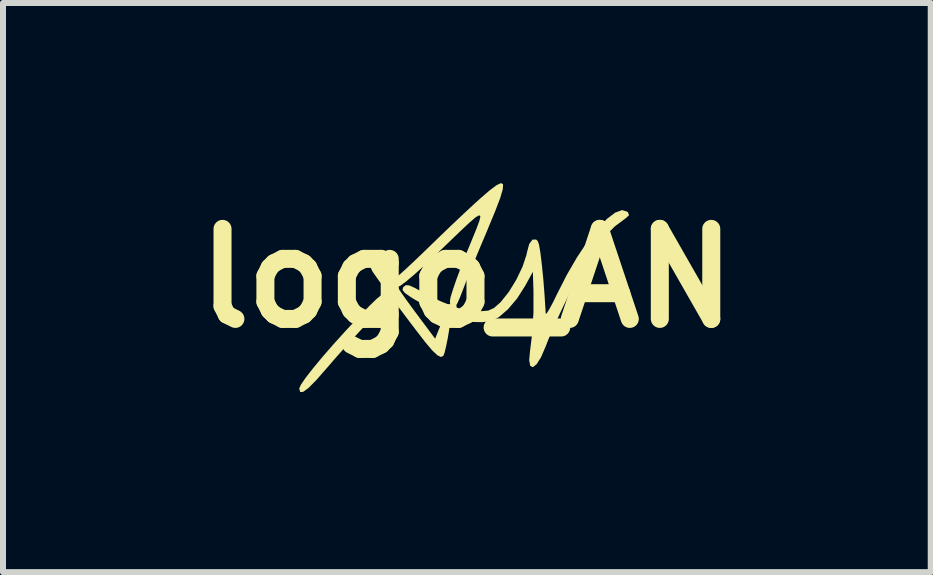
<source format=kicad_pcb>
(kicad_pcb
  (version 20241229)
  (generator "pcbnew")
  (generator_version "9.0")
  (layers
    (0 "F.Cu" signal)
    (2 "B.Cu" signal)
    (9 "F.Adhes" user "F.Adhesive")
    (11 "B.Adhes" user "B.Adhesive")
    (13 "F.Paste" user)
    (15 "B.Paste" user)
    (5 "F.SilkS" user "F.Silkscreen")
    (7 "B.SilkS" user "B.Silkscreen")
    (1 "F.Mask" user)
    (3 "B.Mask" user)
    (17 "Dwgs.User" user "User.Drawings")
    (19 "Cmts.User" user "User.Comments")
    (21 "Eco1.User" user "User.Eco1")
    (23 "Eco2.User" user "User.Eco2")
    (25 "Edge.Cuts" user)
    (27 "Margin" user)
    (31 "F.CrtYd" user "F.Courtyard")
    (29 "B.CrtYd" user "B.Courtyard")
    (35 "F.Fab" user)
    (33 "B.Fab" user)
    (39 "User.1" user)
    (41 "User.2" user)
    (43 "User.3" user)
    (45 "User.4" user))
  (footprint "logo_AN"
    (layer "F.Cu")
    (at 4.729 1.585)
    (property "Reference" "logo_AN" (at 0 0 0) (layer "F.SilkS") (effects (font (size 1.5 1.5) (thickness 0.3))))
    (attr board_only exclude_from_pos_files exclude_from_bom)
    (fp_poly (pts (xy 0.603 -1.563) (xy 0.598 -1.482) (xy 0.555 -1.336) (xy 0.474 -1.123) (xy 0.356 -0.838) (xy 0.33 -0.774) (xy 0.224 -0.524) (xy 0.125 -0.285) (xy 0.039 -0.074) (xy -0.027 0.091) (xy -0.065 0.191) (xy -0.115 0.32) (xy -0.159 0.418) (xy -0.177 0.45) (xy -0.169 0.489) (xy -0.089 0.521) (xy 0.051 0.543) (xy 0.233 0.55) (xy 0.355 0.54) (xy 0.451 0.497) (xy 0.556 0.405) (xy 0.568 0.392) (xy 0.699 0.228) (xy 0.825 0.022) (xy 0.928 -0.194) (xy 0.993 -0.39) (xy 1.001 -0.431) (xy 1.038 -0.569) (xy 1.092 -0.643) (xy 1.153 -0.644) (xy 1.181 -0.619) (xy 1.202 -0.556) (xy 1.225 -0.422) (xy 1.248 -0.231) (xy 1.272 0.004) (xy 1.293 0.27) (xy 1.311 0.553) (xy 1.313 0.593) (xy 1.331 0.584) (xy 1.376 0.512) (xy 1.442 0.388) (xy 1.498 0.272) (xy 1.664 -0.054) (xy 1.836 -0.35) (xy 2.008 -0.608) (xy 2.175 -0.822) (xy 2.331 -0.986) (xy 2.47 -1.092) (xy 2.586 -1.135) (xy 2.675 -1.107) (xy 2.682 -1.1) (xy 2.702 -1.05) (xy 2.649 -1.001) (xy 2.467 -0.865) (xy 2.277 -0.677) (xy 2.106 -0.464) (xy 2.068 -0.407) (xy 1.968 -0.24) (xy 1.847 -0.016) (xy 1.715 0.243) (xy 1.584 0.514) (xy 1.462 0.777) (xy 1.363 1.008) (xy 1.315 1.131) (xy 1.235 1.317) (xy 1.161 1.434) (xy 1.099 1.483) (xy 1.055 1.46) (xy 1.038 1.366) (xy 1.053 1.199) (xy 1.056 1.183) (xy 1.09 0.901) (xy 1.109 0.564) (xy 1.109 0.201) (xy 1.107 0.148) (xy 1.099 -0.106) (xy 0.971 0.127) (xy 0.835 0.34) (xy 0.683 0.519) (xy 0.531 0.65) (xy 0.403 0.714) (xy 0.254 0.733) (xy 0.069 0.728) (xy -0.107 0.702) (xy -0.187 0.679) (xy -0.256 0.668) (xy -0.28 0.719) (xy -0.281 0.735) (xy -0.294 0.849) (xy -0.317 0.99) (xy -0.345 1.13) (xy -0.372 1.241) (xy -0.394 1.297) (xy -0.394 1.297) (xy -0.435 1.312) (xy -0.493 1.283) (xy -0.576 1.205) (xy -0.691 1.069) (xy -0.845 0.87) (xy -0.851 0.862) (xy -0.976 0.697) (xy -1.085 0.552) (xy -1.166 0.445) (xy -1.208 0.389) (xy -1.208 0.389) (xy -1.24 0.377) (xy -1.295 0.403) (xy -1.382 0.474) (xy -1.511 0.598) (xy -1.617 0.706) (xy -1.802 0.901) (xy -2.011 1.129) (xy -2.212 1.356) (xy -2.329 1.492) (xy -2.505 1.693) (xy -2.636 1.826) (xy -2.726 1.893) (xy -2.777 1.897) (xy -2.794 1.839) (xy -2.766 1.775) (xy -2.687 1.659) (xy -2.564 1.502) (xy -2.406 1.311) (xy -2.22 1.098) (xy -2.014 0.87) (xy -1.796 0.638) (xy -1.784 0.626) (xy -1.621 0.458) (xy -1.504 0.345) (xy -1.424 0.279) (xy -1.37 0.252) (xy -1.332 0.256) (xy -1.319 0.264) (xy -1.311 0.259) (xy -1.348 0.2) (xy -1.389 0.144) (xy -1.15 0.144) (xy -1.143 0.165) (xy -1.093 0.242) (xy -1.007 0.364) (xy -0.894 0.519) (xy -0.862 0.562) (xy -0.529 1.008) (xy -0.476 0.874) (xy -0.428 0.763) (xy -0.388 0.68) (xy -0.387 0.679) (xy -0.386 0.631) (xy -0.446 0.579) (xy -0.549 0.526) (xy -0.712 0.444) (xy -0.881 0.349) (xy -0.926 0.321) (xy -1.031 0.248) (xy -1.073 0.197) (xy -1.062 0.153) (xy -1.056 0.145) (xy -1.017 0.116) (xy -0.96 0.12) (xy -0.865 0.163) (xy -0.784 0.208) (xy -0.633 0.289) (xy -0.486 0.362) (xy -0.414 0.395) (xy -0.318 0.432) (xy -0.28 0.432) (xy -0.281 0.394) (xy -0.283 0.385) (xy -0.274 0.324) (xy -0.236 0.199) (xy -0.176 0.024) (xy -0.097 -0.189) (xy -0.006 -0.42) (xy 0.089 -0.652) (xy 0.162 -0.831) (xy 0.209 -0.958) (xy 0.225 -1.03) (xy 0.205 -1.049) (xy 0.145 -1.014) (xy 0.04 -0.924) (xy -0.115 -0.778) (xy -0.324 -0.577) (xy -0.542 -0.367) (xy -0.723 -0.198) (xy -0.884 -0.054) (xy -1.016 0.057) (xy -1.108 0.126) (xy -1.15 0.144) (xy -1.389 0.144) (xy -1.422 0.098) (xy -1.455 0.056) (xy -1.573 -0.111) (xy -1.624 -0.224) (xy -1.611 -0.285) (xy -1.564 -0.296) (xy -1.49 -0.271) (xy -1.394 -0.209) (xy -1.299 -0.129) (xy -1.229 -0.052) (xy -1.209 0) (xy -1.187 -0.008) (xy -1.113 -0.067) (xy -0.998 -0.171) (xy -0.849 -0.311) (xy -0.675 -0.478) (xy -0.666 -0.487) (xy -0.459 -0.688) (xy -0.245 -0.893) (xy -0.042 -1.085) (xy 0.132 -1.246) (xy 0.225 -1.33) (xy 0.38 -1.464) (xy 0.495 -1.55) (xy 0.569 -1.585)) (stroke (width 0) (type solid)) (fill yes) (layer "F.SilkS")))
  (gr_rect
    (start -3 -3)
    (end 12.457 6.482)
    (stroke (width 0.1) (type default))
    (fill no)
    (layer "Edge.Cuts")))
</source>
